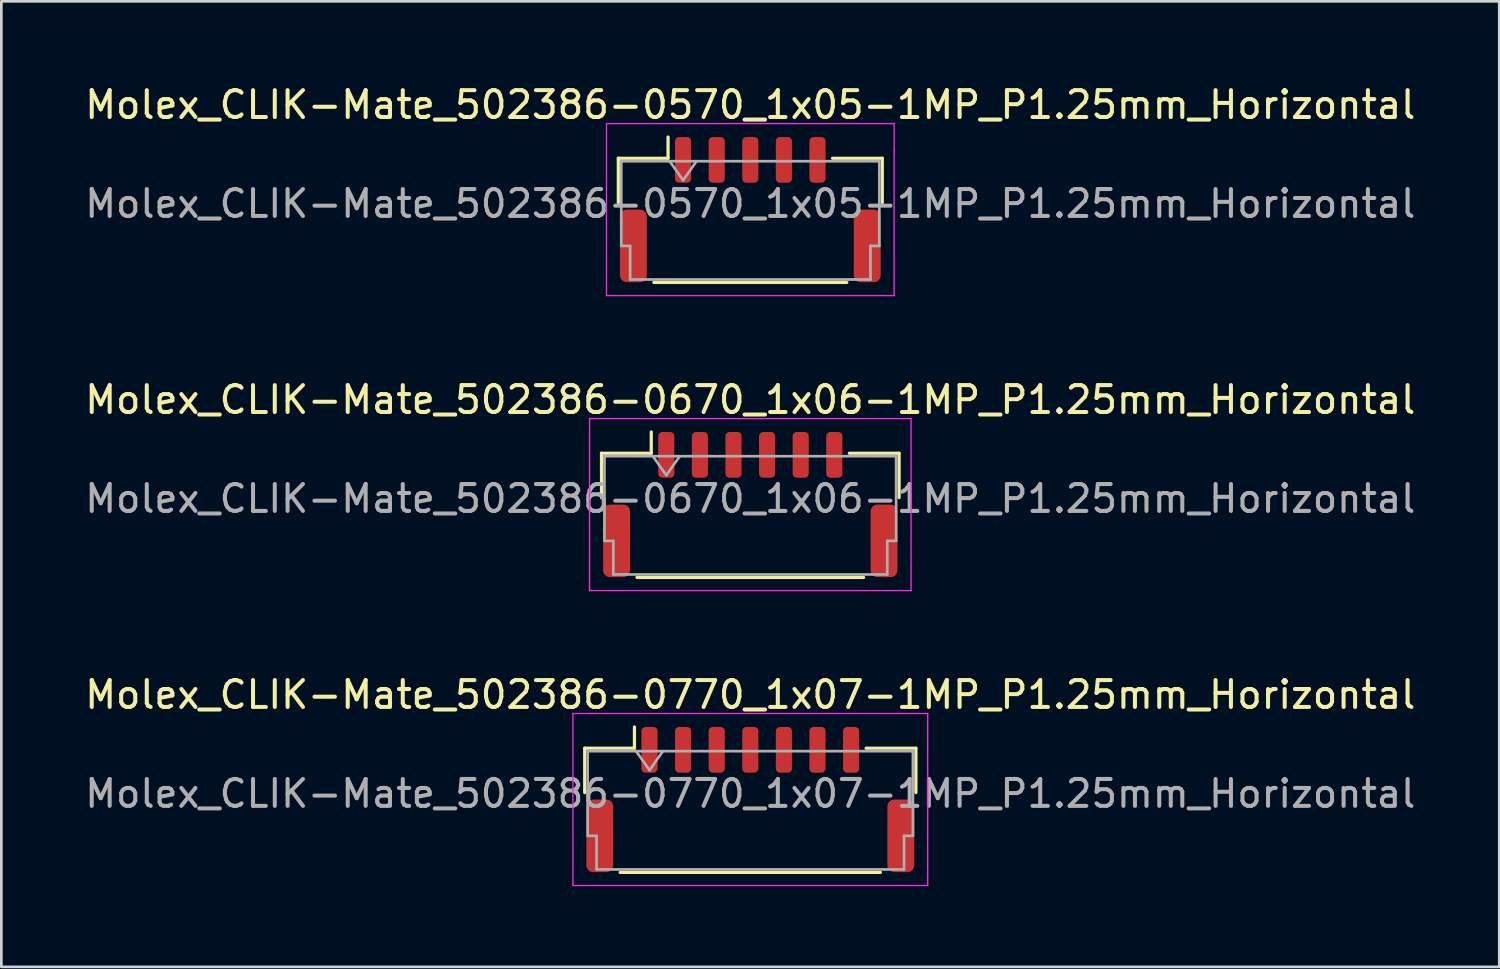
<source format=kicad_pcb>
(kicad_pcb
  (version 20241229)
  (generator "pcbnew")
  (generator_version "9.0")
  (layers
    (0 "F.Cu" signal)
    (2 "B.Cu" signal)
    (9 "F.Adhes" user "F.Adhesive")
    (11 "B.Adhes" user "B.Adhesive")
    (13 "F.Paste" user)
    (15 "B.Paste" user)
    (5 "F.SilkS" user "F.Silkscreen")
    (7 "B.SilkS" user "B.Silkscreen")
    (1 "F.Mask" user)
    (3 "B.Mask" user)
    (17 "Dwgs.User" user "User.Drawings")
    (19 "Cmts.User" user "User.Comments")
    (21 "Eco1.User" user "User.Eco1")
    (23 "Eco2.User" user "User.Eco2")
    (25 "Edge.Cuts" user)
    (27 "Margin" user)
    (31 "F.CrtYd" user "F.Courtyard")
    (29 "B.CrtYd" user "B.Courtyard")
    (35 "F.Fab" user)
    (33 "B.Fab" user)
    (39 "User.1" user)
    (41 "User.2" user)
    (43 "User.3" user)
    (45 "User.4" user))
  (footprint "Molex_CLIK-Mate_502386-0770_1x07-1MP_P1.25mm_Horizontal"
    (layer "F.Cu")
    (at 24.863 26.695)
    (property "Reference" "Molex_CLIK-Mate_502386-0770_1x07-1MP_P1.25mm_Horizontal" (at 0 -3.9 0) (layer "F.SilkS") (effects (font (size 1 1) (thickness 0.15))))
    (attr smd)
    (fp_line (start -6.16 -1.91) (end -4.31 -1.91) (stroke (width 0.12) (type solid)) (layer "F.SilkS"))
    (fp_line (start -6.16 -0.26) (end -6.16 -1.91) (stroke (width 0.12) (type solid)) (layer "F.SilkS"))
    (fp_line (start -4.84 2.71) (end 4.84 2.71) (stroke (width 0.12) (type solid)) (layer "F.SilkS"))
    (fp_line (start -4.31 -1.91) (end -4.31 -2.7) (stroke (width 0.12) (type solid)) (layer "F.SilkS"))
    (fp_line (start 6.16 -1.91) (end 4.31 -1.91) (stroke (width 0.12) (type solid)) (layer "F.SilkS"))
    (fp_line (start 6.16 -0.26) (end 6.16 -1.91) (stroke (width 0.12) (type solid)) (layer "F.SilkS"))
    (fp_line (start -6.6 -3.2) (end -6.6 3.2) (stroke (width 0.05) (type solid)) (layer "F.CrtYd"))
    (fp_line (start -6.6 3.2) (end 6.6 3.2) (stroke (width 0.05) (type solid)) (layer "F.CrtYd"))
    (fp_line (start 6.6 -3.2) (end -6.6 -3.2) (stroke (width 0.05) (type solid)) (layer "F.CrtYd"))
    (fp_line (start 6.6 3.2) (end 6.6 -3.2) (stroke (width 0.05) (type solid)) (layer "F.CrtYd"))
    (fp_line (start -6.05 -1.8) (end -6.05 1.35) (stroke (width 0.1) (type solid)) (layer "F.Fab"))
    (fp_line (start -6.05 -1.8) (end 6.05 -1.8) (stroke (width 0.1) (type solid)) (layer "F.Fab"))
    (fp_line (start -6.05 1.35) (end -5.72 1.35) (stroke (width 0.1) (type solid)) (layer "F.Fab"))
    (fp_line (start -5.72 1.35) (end -5.72 2.6) (stroke (width 0.1) (type solid)) (layer "F.Fab"))
    (fp_line (start -5.72 2.6) (end 5.72 2.6) (stroke (width 0.1) (type solid)) (layer "F.Fab"))
    (fp_line (start -4.25 -1.8) (end -3.75 -1.093) (stroke (width 0.1) (type solid)) (layer "F.Fab"))
    (fp_line (start -3.75 -1.093) (end -3.25 -1.8) (stroke (width 0.1) (type solid)) (layer "F.Fab"))
    (fp_line (start 5.72 1.35) (end 6.05 1.35) (stroke (width 0.1) (type solid)) (layer "F.Fab"))
    (fp_line (start 5.72 2.6) (end 5.72 1.35) (stroke (width 0.1) (type solid)) (layer "F.Fab"))
    (fp_line (start 6.05 -1.8) (end 6.05 1.35) (stroke (width 0.1) (type solid)) (layer "F.Fab"))
    (fp_text user "${REFERENCE}" (at 0 -0.22 0) (layer "F.Fab") (effects (font (size 1 1) (thickness 0.15))))
    (pad "1" smd roundrect (at -3.75 -1.85) (size 0.6 1.7) (layers "F.Cu" "F.Mask" "F.Paste") (roundrect_rratio 0.25))
    (pad "2" smd roundrect (at -2.5 -1.85) (size 0.6 1.7) (layers "F.Cu" "F.Mask" "F.Paste") (roundrect_rratio 0.25))
    (pad "3" smd roundrect (at -1.25 -1.85) (size 0.6 1.7) (layers "F.Cu" "F.Mask" "F.Paste") (roundrect_rratio 0.25))
    (pad "4" smd roundrect (at 0 -1.85) (size 0.6 1.7) (layers "F.Cu" "F.Mask" "F.Paste") (roundrect_rratio 0.25))
    (pad "5" smd roundrect (at 1.25 -1.85) (size 0.6 1.7) (layers "F.Cu" "F.Mask" "F.Paste") (roundrect_rratio 0.25))
    (pad "6" smd roundrect (at 2.5 -1.85) (size 0.6 1.7) (layers "F.Cu" "F.Mask" "F.Paste") (roundrect_rratio 0.25))
    (pad "7" smd roundrect (at 3.75 -1.85) (size 0.6 1.7) (layers "F.Cu" "F.Mask" "F.Paste") (roundrect_rratio 0.25))
    (pad "MP" smd roundrect (at -5.6 1.35) (size 1 2.7) (layers "F.Cu" "F.Mask" "F.Paste") (roundrect_rratio 0.25))
    (pad "MP" smd roundrect (at 5.6 1.35) (size 1 2.7) (layers "F.Cu" "F.Mask" "F.Paste") (roundrect_rratio 0.25)))
  (footprint "Molex_CLIK-Mate_502386-0570_1x05-1MP_P1.25mm_Horizontal"
    (layer "F.Cu")
    (at 24.863 4.748)
    (property "Reference" "Molex_CLIK-Mate_502386-0570_1x05-1MP_P1.25mm_Horizontal" (at 0 -3.9 0) (layer "F.SilkS") (effects (font (size 1 1) (thickness 0.15))))
    (attr smd)
    (fp_line (start -4.91 -1.91) (end -3.06 -1.91) (stroke (width 0.12) (type solid)) (layer "F.SilkS"))
    (fp_line (start -4.91 -0.26) (end -4.91 -1.91) (stroke (width 0.12) (type solid)) (layer "F.SilkS"))
    (fp_line (start -3.59 2.71) (end 3.59 2.71) (stroke (width 0.12) (type solid)) (layer "F.SilkS"))
    (fp_line (start -3.06 -1.91) (end -3.06 -2.7) (stroke (width 0.12) (type solid)) (layer "F.SilkS"))
    (fp_line (start 4.91 -1.91) (end 3.06 -1.91) (stroke (width 0.12) (type solid)) (layer "F.SilkS"))
    (fp_line (start 4.91 -0.26) (end 4.91 -1.91) (stroke (width 0.12) (type solid)) (layer "F.SilkS"))
    (fp_line (start -5.35 -3.2) (end -5.35 3.2) (stroke (width 0.05) (type solid)) (layer "F.CrtYd"))
    (fp_line (start -5.35 3.2) (end 5.35 3.2) (stroke (width 0.05) (type solid)) (layer "F.CrtYd"))
    (fp_line (start 5.35 -3.2) (end -5.35 -3.2) (stroke (width 0.05) (type solid)) (layer "F.CrtYd"))
    (fp_line (start 5.35 3.2) (end 5.35 -3.2) (stroke (width 0.05) (type solid)) (layer "F.CrtYd"))
    (fp_line (start -4.8 -1.8) (end -4.8 1.35) (stroke (width 0.1) (type solid)) (layer "F.Fab"))
    (fp_line (start -4.8 -1.8) (end 4.8 -1.8) (stroke (width 0.1) (type solid)) (layer "F.Fab"))
    (fp_line (start -4.8 1.35) (end -4.47 1.35) (stroke (width 0.1) (type solid)) (layer "F.Fab"))
    (fp_line (start -4.47 1.35) (end -4.47 2.6) (stroke (width 0.1) (type solid)) (layer "F.Fab"))
    (fp_line (start -4.47 2.6) (end 4.47 2.6) (stroke (width 0.1) (type solid)) (layer "F.Fab"))
    (fp_line (start -3 -1.8) (end -2.5 -1.093) (stroke (width 0.1) (type solid)) (layer "F.Fab"))
    (fp_line (start -2.5 -1.093) (end -2 -1.8) (stroke (width 0.1) (type solid)) (layer "F.Fab"))
    (fp_line (start 4.47 1.35) (end 4.8 1.35) (stroke (width 0.1) (type solid)) (layer "F.Fab"))
    (fp_line (start 4.47 2.6) (end 4.47 1.35) (stroke (width 0.1) (type solid)) (layer "F.Fab"))
    (fp_line (start 4.8 -1.8) (end 4.8 1.35) (stroke (width 0.1) (type solid)) (layer "F.Fab"))
    (fp_text user "${REFERENCE}" (at 0 -0.22 0) (layer "F.Fab") (effects (font (size 1 1) (thickness 0.15))))
    (pad "1" smd roundrect (at -2.5 -1.85) (size 0.6 1.7) (layers "F.Cu" "F.Mask" "F.Paste") (roundrect_rratio 0.25))
    (pad "2" smd roundrect (at -1.25 -1.85) (size 0.6 1.7) (layers "F.Cu" "F.Mask" "F.Paste") (roundrect_rratio 0.25))
    (pad "3" smd roundrect (at 0 -1.85) (size 0.6 1.7) (layers "F.Cu" "F.Mask" "F.Paste") (roundrect_rratio 0.25))
    (pad "4" smd roundrect (at 1.25 -1.85) (size 0.6 1.7) (layers "F.Cu" "F.Mask" "F.Paste") (roundrect_rratio 0.25))
    (pad "5" smd roundrect (at 2.5 -1.85) (size 0.6 1.7) (layers "F.Cu" "F.Mask" "F.Paste") (roundrect_rratio 0.25))
    (pad "MP" smd roundrect (at -4.35 1.35) (size 1 2.7) (layers "F.Cu" "F.Mask" "F.Paste") (roundrect_rratio 0.25))
    (pad "MP" smd roundrect (at 4.35 1.35) (size 1 2.7) (layers "F.Cu" "F.Mask" "F.Paste") (roundrect_rratio 0.25)))
  (footprint "Molex_CLIK-Mate_502386-0670_1x06-1MP_P1.25mm_Horizontal"
    (layer "F.Cu")
    (at 24.863 15.722)
    (property "Reference" "Molex_CLIK-Mate_502386-0670_1x06-1MP_P1.25mm_Horizontal" (at 0 -3.9 0) (layer "F.SilkS") (effects (font (size 1 1) (thickness 0.15))))
    (attr smd)
    (fp_line (start -5.535 -1.91) (end -3.685 -1.91) (stroke (width 0.12) (type solid)) (layer "F.SilkS"))
    (fp_line (start -5.535 -0.26) (end -5.535 -1.91) (stroke (width 0.12) (type solid)) (layer "F.SilkS"))
    (fp_line (start -4.215 2.71) (end 4.215 2.71) (stroke (width 0.12) (type solid)) (layer "F.SilkS"))
    (fp_line (start -3.685 -1.91) (end -3.685 -2.7) (stroke (width 0.12) (type solid)) (layer "F.SilkS"))
    (fp_line (start 5.535 -1.91) (end 3.685 -1.91) (stroke (width 0.12) (type solid)) (layer "F.SilkS"))
    (fp_line (start 5.535 -0.26) (end 5.535 -1.91) (stroke (width 0.12) (type solid)) (layer "F.SilkS"))
    (fp_line (start -5.98 -3.2) (end -5.98 3.2) (stroke (width 0.05) (type solid)) (layer "F.CrtYd"))
    (fp_line (start -5.98 3.2) (end 5.98 3.2) (stroke (width 0.05) (type solid)) (layer "F.CrtYd"))
    (fp_line (start 5.98 -3.2) (end -5.98 -3.2) (stroke (width 0.05) (type solid)) (layer "F.CrtYd"))
    (fp_line (start 5.98 3.2) (end 5.98 -3.2) (stroke (width 0.05) (type solid)) (layer "F.CrtYd"))
    (fp_line (start -5.425 -1.8) (end -5.425 1.35) (stroke (width 0.1) (type solid)) (layer "F.Fab"))
    (fp_line (start -5.425 -1.8) (end 5.425 -1.8) (stroke (width 0.1) (type solid)) (layer "F.Fab"))
    (fp_line (start -5.425 1.35) (end -5.095 1.35) (stroke (width 0.1) (type solid)) (layer "F.Fab"))
    (fp_line (start -5.095 1.35) (end -5.095 2.6) (stroke (width 0.1) (type solid)) (layer "F.Fab"))
    (fp_line (start -5.095 2.6) (end 5.095 2.6) (stroke (width 0.1) (type solid)) (layer "F.Fab"))
    (fp_line (start -3.625 -1.8) (end -3.125 -1.093) (stroke (width 0.1) (type solid)) (layer "F.Fab"))
    (fp_line (start -3.125 -1.093) (end -2.625 -1.8) (stroke (width 0.1) (type solid)) (layer "F.Fab"))
    (fp_line (start 5.095 1.35) (end 5.425 1.35) (stroke (width 0.1) (type solid)) (layer "F.Fab"))
    (fp_line (start 5.095 2.6) (end 5.095 1.35) (stroke (width 0.1) (type solid)) (layer "F.Fab"))
    (fp_line (start 5.425 -1.8) (end 5.425 1.35) (stroke (width 0.1) (type solid)) (layer "F.Fab"))
    (fp_text user "${REFERENCE}" (at 0 -0.22 0) (layer "F.Fab") (effects (font (size 1 1) (thickness 0.15))))
    (pad "1" smd roundrect (at -3.125 -1.85) (size 0.6 1.7) (layers "F.Cu" "F.Mask" "F.Paste") (roundrect_rratio 0.25))
    (pad "2" smd roundrect (at -1.875 -1.85) (size 0.6 1.7) (layers "F.Cu" "F.Mask" "F.Paste") (roundrect_rratio 0.25))
    (pad "3" smd roundrect (at -0.625 -1.85) (size 0.6 1.7) (layers "F.Cu" "F.Mask" "F.Paste") (roundrect_rratio 0.25))
    (pad "4" smd roundrect (at 0.625 -1.85) (size 0.6 1.7) (layers "F.Cu" "F.Mask" "F.Paste") (roundrect_rratio 0.25))
    (pad "5" smd roundrect (at 1.875 -1.85) (size 0.6 1.7) (layers "F.Cu" "F.Mask" "F.Paste") (roundrect_rratio 0.25))
    (pad "6" smd roundrect (at 3.125 -1.85) (size 0.6 1.7) (layers "F.Cu" "F.Mask" "F.Paste") (roundrect_rratio 0.25))
    (pad "MP" smd roundrect (at -4.975 1.35) (size 1 2.7) (layers "F.Cu" "F.Mask" "F.Paste") (roundrect_rratio 0.25))
    (pad "MP" smd roundrect (at 4.975 1.35) (size 1 2.7) (layers "F.Cu" "F.Mask" "F.Paste") (roundrect_rratio 0.25)))
  (gr_rect
    (start -3 -3)
    (end 52.726 32.92)
    (stroke (width 0.1) (type default))
    (fill no)
    (layer "Edge.Cuts")))
</source>
